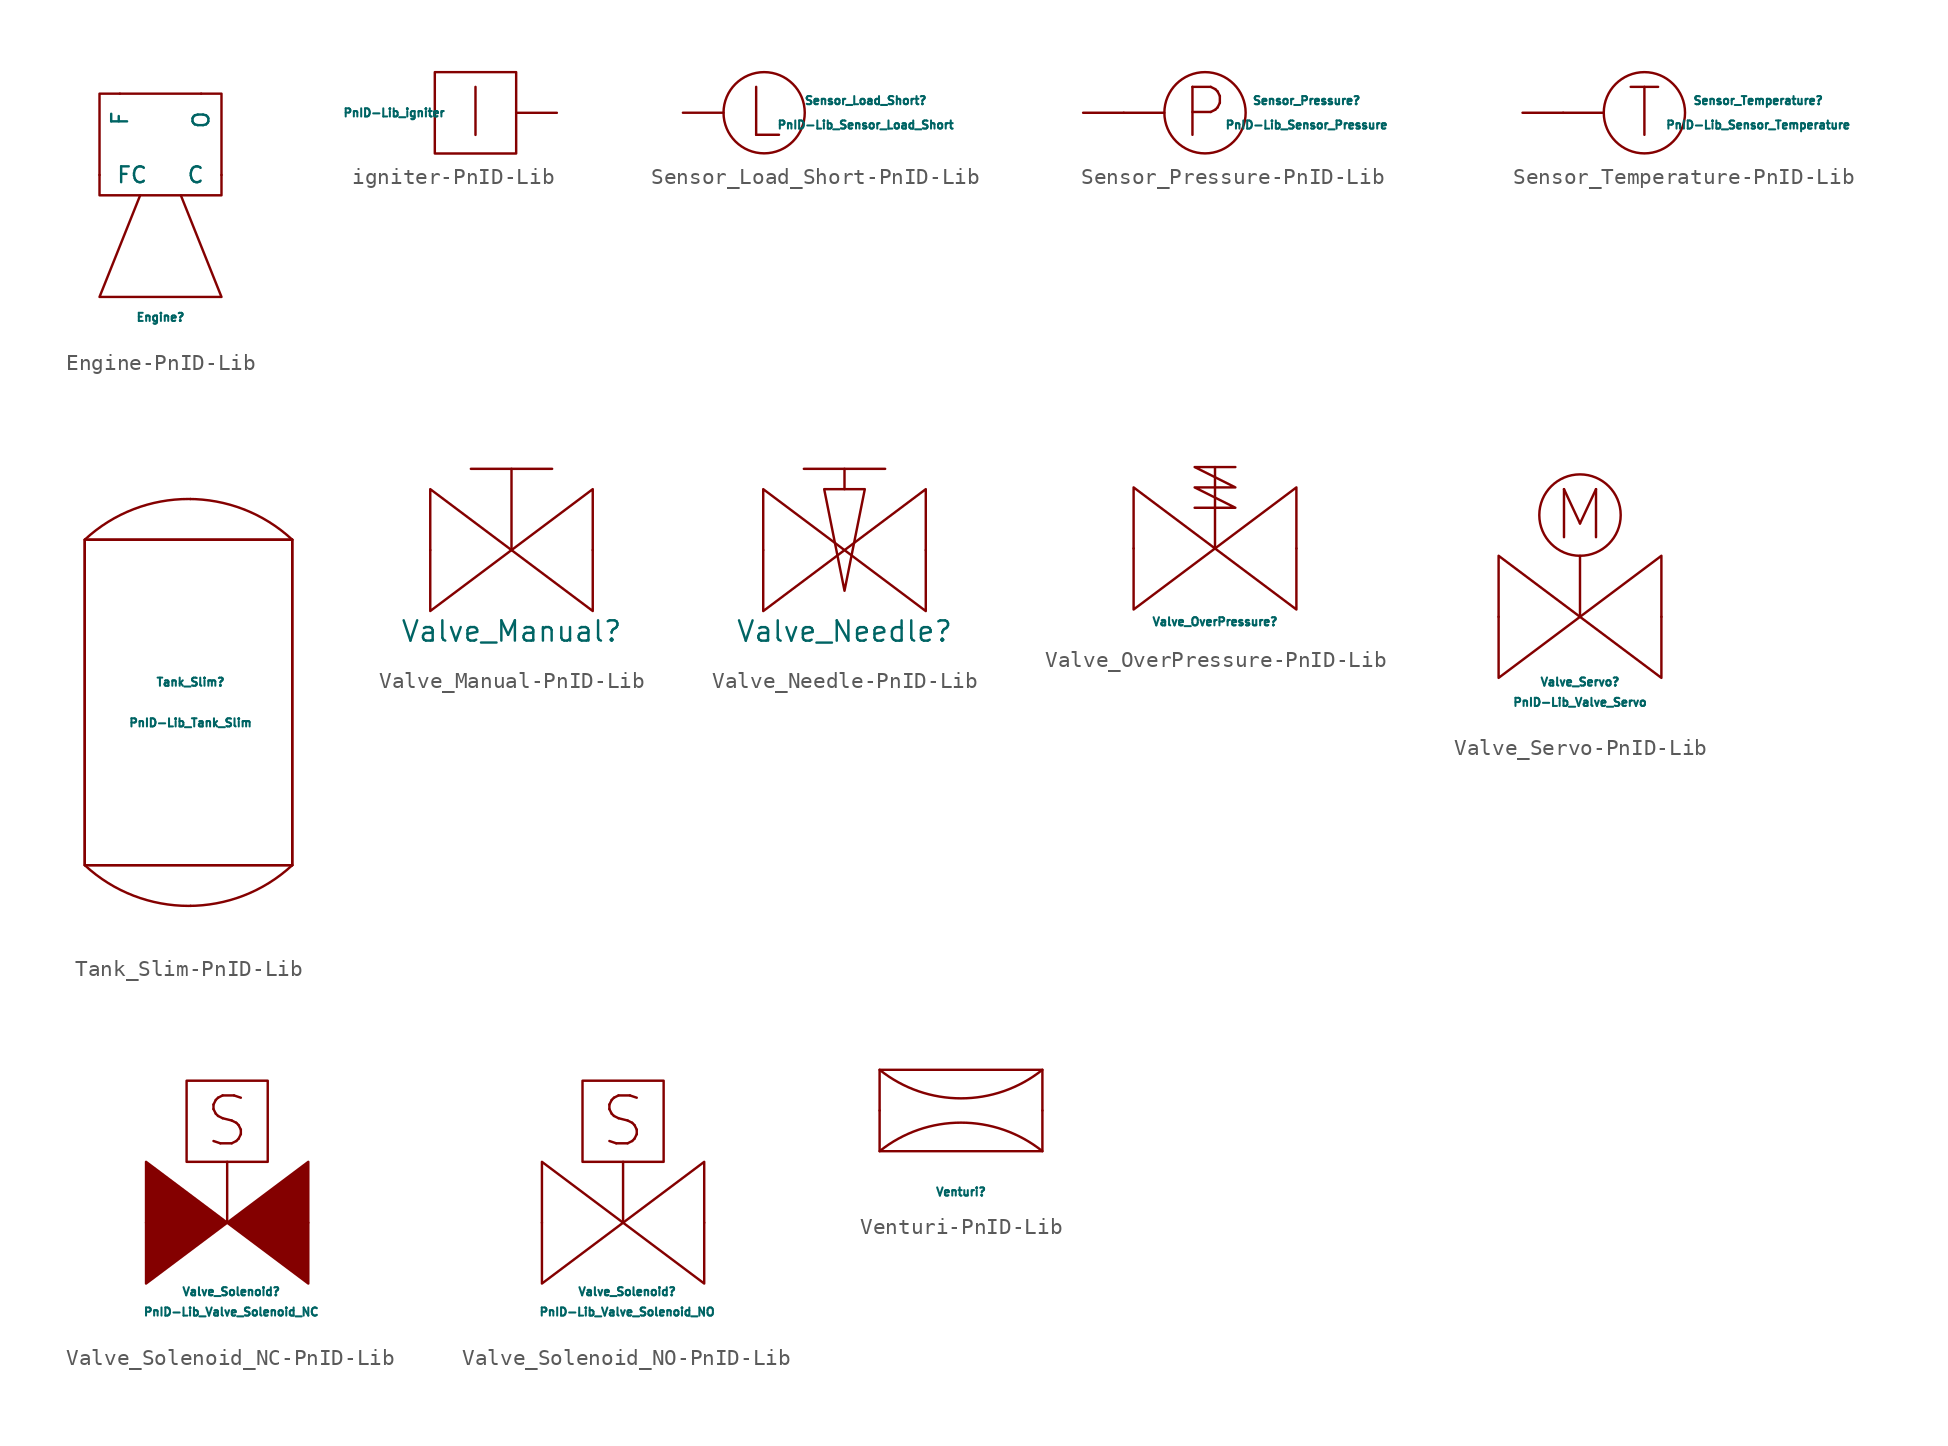
<source format=kicad_sym>
(kicad_symbol_lib
  (version 20231120)
  (generator "kicad_symbol_editor")
  (generator_version "8.0")
  (symbol "Engine-PnID-Lib"
    (pin_numbers hide)
    (pin_names
      (offset 1.016))
    (property "Reference" "Engine"
      (at 0 -11.43 0)
      (effects (font (size 0.508 0.508))))
    (symbol "Engine-PnID-Lib_0_0"
      (rectangle (start -3.81 2.54) (end 3.81 -3.81) (stroke (width 0) (type solid)) (fill (type none)))
      (polyline (pts (xy -1.27 -3.81) (xy -3.81 -10.16) (xy 3.81 -10.16) (xy 1.27 -3.81)) (stroke (width 0) (type solid)) (fill (type none))))
    (symbol "Engine-PnID-Lib_1_1"
      (pin bidirectional line (at 3.81 -2.54 180) (length 0) (name "C" (effects (font (size 0.991 0.991)))) (number "~" (effects (font (size 1.27 1.27)))))
      (pin input line (at -2.54 2.54 270) (length 0) (name "F" (effects (font (size 0.991 0.991)))) (number "~" (effects (font (size 1.27 1.27)))))
      (pin input line (at -3.81 -2.54 0) (length 0) (name "FC" (effects (font (size 0.991 0.991)))) (number "~" (effects (font (size 1.27 1.27)))))
      (pin input line (at 2.54 2.54 270) (length 0) (name "O" (effects (font (size 0.991 0.991)))) (number "~" (effects (font (size 1.27 1.27)))))))
  (symbol "igniter-PnID-Lib"
    (pin_names
      (offset 1.016))
    (property "Reference" "igniter"
      (at -5.08 2.286 0)
      (effects (font (size 0.508 0.508)) (hide yes)))
    (property "Value" "PnID-Lib_igniter"
      (at -5.08 0 0)
      (effects (font (size 0.508 0.508))))
    (symbol "igniter-PnID-Lib_0_0"
      (text "I" (at 0 0 0) (effects (font (size 2.997 2.997)))))
    (symbol "igniter-PnID-Lib_0_1"
      (rectangle (start -2.54 2.54) (end 2.54 -2.54) (stroke (width 0) (type solid)) (fill (type none))))
    (symbol "igniter-PnID-Lib_1_1"
      (pin input line (at 5.08 0 180) (length 2.54) (name "~" (effects (font (size 1.27 1.27)))) (number "~" (effects (font (size 1.27 1.27)))))))
  (symbol "Sensor_Load_Short-PnID-Lib"
    (pin_numbers hide)
    (pin_names
      (offset 1.016))
    (property "Reference" "Sensor_Load_Short"
      (at 6.35 0.762 0)
      (effects (font (size 0.508 0.508))))
    (property "Value" "PnID-Lib_Sensor_Load_Short"
      (at 6.35 -0.762 0)
      (effects (font (size 0.508 0.508))))
    (property "Data_Content" " "
      (at 0 0 0)
      (effects (font (size 1.27 1.27))))
    (symbol "Sensor_Load_Short-PnID-Lib_0_0"
      (circle (center 0 0) (radius 2.54) (stroke (width 0) (type solid)) (fill (type none)))
      (text "L" (at 0 0 0) (effects (font (size 2.997 2.997)))))
    (symbol "Sensor_Load_Short-PnID-Lib_1_1"
      (pin bidirectional line (at -5.08 0 0) (length 2.54) (name "~" (effects (font (size 1.27 1.27)))) (number "~" (effects (font (size 1.27 1.27)))))))
  (symbol "Sensor_Pressure-PnID-Lib"
    (pin_numbers hide)
    (pin_names
      (offset 1.016))
    (property "Reference" "Sensor_Pressure"
      (at 6.35 0.762 0)
      (effects (font (size 0.508 0.508))))
    (property "Value" "PnID-Lib_Sensor_Pressure"
      (at 6.35 -0.762 0)
      (effects (font (size 0.508 0.508))))
    (property "Data_Content" " "
      (at 0 0 0)
      (effects (font (size 1.27 1.27))))
    (symbol "Sensor_Pressure-PnID-Lib_0_0"
      (polyline (pts (xy -5.08 0) (xy -2.54 0)) (stroke (width 0) (type solid)) (fill (type none)))
      (circle (center 0 0) (radius 2.54) (stroke (width 0) (type solid)) (fill (type none)))
      (text "P" (at 0 0 0) (effects (font (size 2.997 2.997)))))
    (symbol "Sensor_Pressure-PnID-Lib_1_1"
      (pin bidirectional line (at -7.62 0 0) (length 2.54) (name "~" (effects (font (size 1.27 1.27)))) (number "~" (effects (font (size 1.27 1.27)))))))
  (symbol "Sensor_Temperature-PnID-Lib"
    (pin_numbers hide)
    (pin_names
      (offset 1.016))
    (property "Reference" "Sensor_Temperature"
      (at 7.112 0.762 0)
      (effects (font (size 0.508 0.508))))
    (property "Value" "PnID-Lib_Sensor_Temperature"
      (at 7.112 -0.762 0)
      (effects (font (size 0.508 0.508))))
    (symbol "Sensor_Temperature-PnID-Lib_0_0"
      (polyline (pts (xy -5.08 0) (xy -2.54 0)) (stroke (width 0) (type solid)) (fill (type none)))
      (text "T" (at 0 0 0) (effects (font (size 2.997 2.997)))))
    (symbol "Sensor_Temperature-PnID-Lib_0_1"
      (circle (center 0 0) (radius 2.54) (stroke (width 0) (type solid)) (fill (type none))))
    (symbol "Sensor_Temperature-PnID-Lib_1_1"
      (pin bidirectional line (at -7.62 0 0) (length 2.54) (name "~" (effects (font (size 1.27 1.27)))) (number "~" (effects (font (size 1.27 1.27)))))))
  (symbol "Tank_Slim-PnID-Lib"
    (pin_numbers hide)
    (pin_names
      (offset 1.016))
    (property "Reference" "Tank_Slim"
      (at 0 1.27 0)
      (effects (font (size 0.508 0.508))))
    (property "Value" "PnID-Lib_Tank_Slim"
      (at 0 -1.27 0)
      (effects (font (size 0.508 0.508))))
    (symbol "Tank_Slim-PnID-Lib_0_0"
      (polyline (pts (xy 6.35 10.16) (xy 6.35 -10.16)) (stroke (width 0) (type solid)) (fill (type none))))
    (symbol "Tank_Slim-PnID-Lib_0_1"
      (rectangle (start -6.604 -10.16) (end 6.35 10.16) (stroke (width 0) (type solid)) (fill (type none)))
      (polyline (pts (xy -6.604 10.16) (xy -6.604 -10.16)) (stroke (width 0) (type solid)) (fill (type none)))
      (polyline (pts (xy -6.35 -10.16) (xy 6.35 -10.16)) (stroke (width 0) (type solid)) (fill (type none)))
      (polyline (pts (xy -6.35 10.16) (xy 6.35 10.16)) (stroke (width 0) (type solid)) (fill (type none)))
      (arc (start 6.35 10.16) (mid -0.127 12.7008) (end -6.604 10.16) (stroke (width 0) (type solid)) (fill (type none))))
    (symbol "Tank_Slim-PnID-Lib_1_1"
      (arc (start -6.604 -10.16) (mid -0.127 -12.7008) (end 6.35 -10.16) (stroke (width 0) (type solid)) (fill (type none)))
      (pin bidirectional line (at 0 -12.7 90) (length 0) (name "~" (effects (font (size 1.27 1.27)))) (number "~" (effects (font (size 1.27 1.27)))))
      (pin bidirectional line (at 0 12.7 270) (length 0) (name "~" (effects (font (size 1.27 1.27)))) (number "~" (effects (font (size 1.27 1.27)))))))
  (symbol "Valve_Manual-PnID-Lib"
    (pin_numbers hide)
    (pin_names
      (offset 1.016))
    (property "Reference" "Valve_Manual"
      (at 0 -5.08 0)
      (effects (font (size 1.27 1.27))))
    (symbol "Valve_Manual-PnID-Lib_0_0"
      (polyline (pts (xy -2.54 5.08) (xy 2.54 5.08)) (stroke (width 0) (type solid)) (fill (type none)))
      (polyline (pts (xy 0 0) (xy 0 5.08)) (stroke (width 0) (type solid)) (fill (type none))))
    (symbol "Valve_Manual-PnID-Lib_1_1"
      (polyline (pts (xy 0 0) (xy -5.08 3.81) (xy -5.08 -3.81) (xy 0 0)) (stroke (width 0) (type solid)) (fill (type none)))
      (polyline (pts (xy 5.08 3.81) (xy 0 0) (xy 5.08 -3.81) (xy 5.08 3.81)) (stroke (width 0) (type solid)) (fill (type none)))
      (pin bidirectional line (at -5.08 0 0) (length 0) (name "~" (effects (font (size 1.27 1.27)))) (number "~" (effects (font (size 1.27 1.27)))))
      (pin bidirectional line (at 5.08 0 180) (length 0) (name "~" (effects (font (size 1.27 1.27)))) (number "~" (effects (font (size 1.27 1.27)))))))
  (symbol "Valve_Needle-PnID-Lib"
    (pin_numbers hide)
    (pin_names
      (offset 1.016))
    (property "Reference" "Valve_Needle"
      (at 0 -5.08 0)
      (effects (font (size 1.27 1.27))))
    (symbol "Valve_Needle-PnID-Lib_0_0"
      (polyline (pts (xy -2.54 5.08) (xy 2.54 5.08)) (stroke (width 0) (type solid)) (fill (type none)))
      (polyline (pts (xy 0 3.81) (xy 0 5.08)) (stroke (width 0) (type solid)) (fill (type none)))
      (polyline (pts (xy 0 -2.54) (xy -1.27 3.81) (xy 1.27 3.81) (xy 0 -2.54)) (stroke (width 0) (type solid)) (fill (type none))))
    (symbol "Valve_Needle-PnID-Lib_1_1"
      (polyline (pts (xy 0 0) (xy -5.08 3.81) (xy -5.08 -3.81) (xy 0 0)) (stroke (width 0) (type solid)) (fill (type none)))
      (polyline (pts (xy 5.08 3.81) (xy 0 0) (xy 5.08 -3.81) (xy 5.08 3.81)) (stroke (width 0) (type solid)) (fill (type none)))
      (pin bidirectional line (at -5.08 0 0) (length 0) (name "~" (effects (font (size 1.27 1.27)))) (number "~" (effects (font (size 1.27 1.27)))))
      (pin bidirectional line (at 5.08 0 180) (length 0) (name "~" (effects (font (size 1.27 1.27)))) (number "~" (effects (font (size 1.27 1.27)))))))
  (symbol "Valve_OverPressure-PnID-Lib"
    (pin_numbers hide)
    (pin_names
      (offset 1.016))
    (property "Reference" "Valve_OverPressure"
      (at 0 -4.572 0)
      (effects (font (size 0.508 0.508))))
    (symbol "Valve_OverPressure-PnID-Lib_0_0"
      (polyline (pts (xy 0 0) (xy 0 5.08)) (stroke (width 0) (type solid)) (fill (type none)))
      (polyline (pts (xy -1.27 2.54) (xy 1.27 2.54) (xy -1.27 3.81) (xy 1.27 3.81) (xy -1.27 5.08) (xy 1.27 5.08)) (stroke (width 0) (type solid)) (fill (type none))))
    (symbol "Valve_OverPressure-PnID-Lib_1_1"
      (polyline (pts (xy 0 0) (xy -5.08 3.81) (xy -5.08 -3.81) (xy 0 0)) (stroke (width 0) (type solid)) (fill (type none)))
      (polyline (pts (xy 5.08 3.81) (xy 0 0) (xy 5.08 -3.81) (xy 5.08 3.81)) (stroke (width 0) (type solid)) (fill (type none)))
      (pin bidirectional line (at -5.08 0 0) (length 0) (name "~" (effects (font (size 1.27 1.27)))) (number "~" (effects (font (size 1.27 1.27)))))
      (pin bidirectional line (at 5.08 0 180) (length 0) (name "~" (effects (font (size 1.27 1.27)))) (number "~" (effects (font (size 1.27 1.27)))))))
  (symbol "Valve_Servo-PnID-Lib"
    (pin_numbers hide)
    (pin_names
      (offset 1.016))
    (property "Reference" "Valve_Servo"
      (at 0 -4.064 0)
      (effects (font (size 0.508 0.508))))
    (property "Value" "PnID-Lib_Valve_Servo"
      (at 0 -5.334 0)
      (effects (font (size 0.508 0.508))))
    (symbol "Valve_Servo-PnID-Lib_0_0"
      (polyline (pts (xy 0 0) (xy 0 3.81)) (stroke (width 0) (type solid)) (fill (type none)))
      (circle (center 0 6.35) (radius 2.54) (stroke (width 0) (type solid)) (fill (type none)))
      (text "M" (at 0 6.35 0) (effects (font (size 2.997 2.997)))))
    (symbol "Valve_Servo-PnID-Lib_0_1"
      (polyline (pts (xy 0 0) (xy -5.08 3.81) (xy -5.08 -3.81) (xy 0 0)) (stroke (width 0) (type solid)) (fill (type none))))
    (symbol "Valve_Servo-PnID-Lib_1_1"
      (polyline (pts (xy 5.08 3.81) (xy 0 0) (xy 5.08 -3.81) (xy 5.08 3.81)) (stroke (width 0) (type solid)) (fill (type none)))
      (pin bidirectional line (at -5.08 0 0) (length 0) (name "~" (effects (font (size 1.27 1.27)))) (number "~" (effects (font (size 1.27 1.27)))))
      (pin bidirectional line (at 5.08 0 180) (length 0) (name "~" (effects (font (size 1.27 1.27)))) (number "~" (effects (font (size 1.27 1.27)))))))
  (symbol "Valve_Solenoid_NC-PnID-Lib"
    (pin_numbers hide)
    (pin_names
      (offset 1.016))
    (property "Reference" "Valve_Solenoid"
      (at 0.254 -4.318 0)
      (effects (font (size 0.508 0.508))))
    (property "Value" "PnID-Lib_Valve_Solenoid_NC"
      (at 0.254 -5.588 0)
      (effects (font (size 0.508 0.508))))
    (symbol "Valve_Solenoid_NC-PnID-Lib_0_0"
      (rectangle (start -2.54 3.81) (end 2.54 8.89) (stroke (width 0) (type solid)) (fill (type none)))
      (text "S" (at 0 6.35 0) (effects (font (size 2.997 2.997)))))
    (symbol "Valve_Solenoid_NC-PnID-Lib_0_1"
      (polyline (pts (xy 0 3.81) (xy 0 0)) (stroke (width 0) (type solid)) (fill (type none))))
    (symbol "Valve_Solenoid_NC-PnID-Lib_1_1"
      (polyline (pts (xy 0 0) (xy -5.08 3.81) (xy -5.08 -3.81) (xy 0 0)) (stroke (width 0) (type solid)) (fill (type outline)))
      (polyline (pts (xy 5.08 3.81) (xy 0 0) (xy 5.08 -3.81) (xy 5.08 3.81)) (stroke (width 0) (type solid)) (fill (type outline)))
      (pin bidirectional line (at -5.08 0 0) (length 0) (name "~" (effects (font (size 1.27 1.27)))) (number "~" (effects (font (size 1.27 1.27)))))
      (pin bidirectional line (at 5.08 0 180) (length 0) (name "~" (effects (font (size 1.27 1.27)))) (number "~" (effects (font (size 1.27 1.27)))))))
  (symbol "Valve_Solenoid_NO-PnID-Lib"
    (pin_numbers hide)
    (pin_names
      (offset 1.016))
    (property "Reference" "Valve_Solenoid"
      (at 0.254 -4.318 0)
      (effects (font (size 0.508 0.508))))
    (property "Value" "PnID-Lib_Valve_Solenoid_NO"
      (at 0.254 -5.588 0)
      (effects (font (size 0.508 0.508))))
    (symbol "Valve_Solenoid_NO-PnID-Lib_0_0"
      (rectangle (start -2.54 3.81) (end 2.54 8.89) (stroke (width 0) (type solid)) (fill (type none)))
      (text "S" (at 0 6.35 0) (effects (font (size 2.997 2.997)))))
    (symbol "Valve_Solenoid_NO-PnID-Lib_0_1"
      (polyline (pts (xy 0 3.81) (xy 0 0)) (stroke (width 0) (type solid)) (fill (type none))))
    (symbol "Valve_Solenoid_NO-PnID-Lib_1_1"
      (polyline (pts (xy 0 0) (xy -5.08 3.81) (xy -5.08 -3.81) (xy 0 0)) (stroke (width 0) (type solid)) (fill (type none)))
      (polyline (pts (xy 5.08 3.81) (xy 0 0) (xy 5.08 -3.81) (xy 5.08 3.81)) (stroke (width 0) (type solid)) (fill (type none)))
      (pin bidirectional line (at -5.08 0 0) (length 0) (name "~" (effects (font (size 1.27 1.27)))) (number "~" (effects (font (size 1.27 1.27)))))
      (pin bidirectional line (at 5.08 0 180) (length 0) (name "~" (effects (font (size 1.27 1.27)))) (number "~" (effects (font (size 1.27 1.27)))))))
  (symbol "Venturi-PnID-Lib"
    (pin_numbers hide)
    (pin_names
      (offset 1.016))
    (property "Reference" "Venturi"
      (at 0 -5.08 0)
      (effects (font (size 0.508 0.508))))
    (symbol "Venturi-PnID-Lib_0_0"
      (rectangle (start -5.08 2.54) (end 5.08 -2.54) (stroke (width 0) (type solid)) (fill (type none)))
      (arc (start -5.08 2.54) (mid 0 0.758) (end 5.08 2.54) (stroke (width 0) (type solid)) (fill (type none)))
      (arc (start 5.08 -2.54) (mid 0 -0.758) (end -5.08 -2.54) (stroke (width 0) (type solid)) (fill (type none))))
    (symbol "Venturi-PnID-Lib_1_1"
      (pin bidirectional line (at -5.08 0 0) (length 0) (name "~" (effects (font (size 1.27 1.27)))) (number "~" (effects (font (size 1.27 1.27)))))
      (pin bidirectional line (at 5.08 0 180) (length 0) (name "~" (effects (font (size 1.27 1.27)))) (number "~" (effects (font (size 1.27 1.27))))))))
</source>
